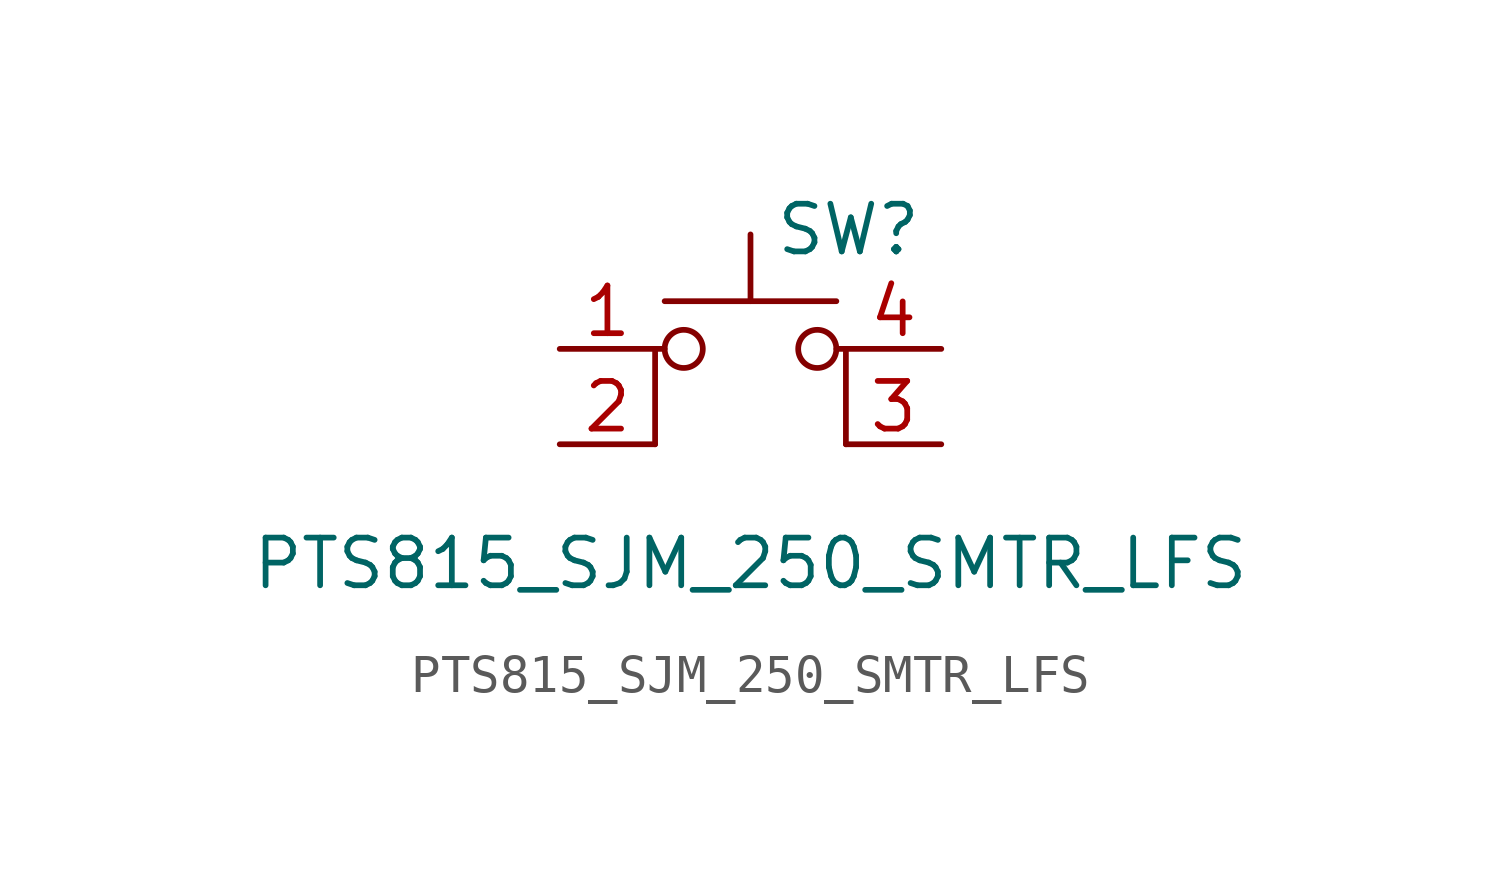
<source format=kicad_sym>
(kicad_symbol_lib
  (version 20220914)
  (generator kicad_symbol_editor)
  (symbol "PTS815_SJM_250_SMTR_LFS"
    (pin_names
      (offset 1.016) hide)
    (property "Reference" "SW"
      (at 0.635 5.715 0)
      (effects (font (size 1.27 1.27)) (justify left)))
    (property "Value" "PTS815_SJM_250_SMTR_LFS"
      (at 0 -3.175 0)
      (effects (font (size 1.27 1.27))))
    (symbol "PTS815_SJM_250_SMTR_LFS_0_1"
      (circle (center -1.778 2.54) (radius 0.508) (stroke (width 0) (type default)) (fill (type none)))
      (polyline (pts (xy -2.286 3.81) (xy 2.286 3.81)) (stroke (width 0) (type default)) (fill (type none)))
      (polyline (pts (xy 0 3.81) (xy 0 5.588)) (stroke (width 0) (type default)) (fill (type none)))
      (polyline (pts (xy -2.54 0) (xy -2.54 2.54) (xy -2.286 2.54)) (stroke (width 0) (type default)) (fill (type none)))
      (polyline (pts (xy 2.54 0) (xy 2.54 2.54) (xy 2.286 2.54)) (stroke (width 0) (type default)) (fill (type none)))
      (circle (center 1.778 2.54) (radius 0.508) (stroke (width 0) (type default)) (fill (type none)))
      (pin passive line (at -5.08 2.54 0) (length 2.54) (name "1" (effects (font (size 1.27 1.27)))) (number "1" (effects (font (size 1.27 1.27)))))
      (pin passive line (at -5.08 0 0) (length 2.54) (name "2" (effects (font (size 1.27 1.27)))) (number "2" (effects (font (size 1.27 1.27)))))
      (pin passive line (at 5.08 0 180) (length 2.54) (name "K" (effects (font (size 1.27 1.27)))) (number "3" (effects (font (size 1.27 1.27)))))
      (pin passive line (at 5.08 2.54 180) (length 2.54) (name "A" (effects (font (size 1.27 1.27)))) (number "4" (effects (font (size 1.27 1.27))))))))
</source>
